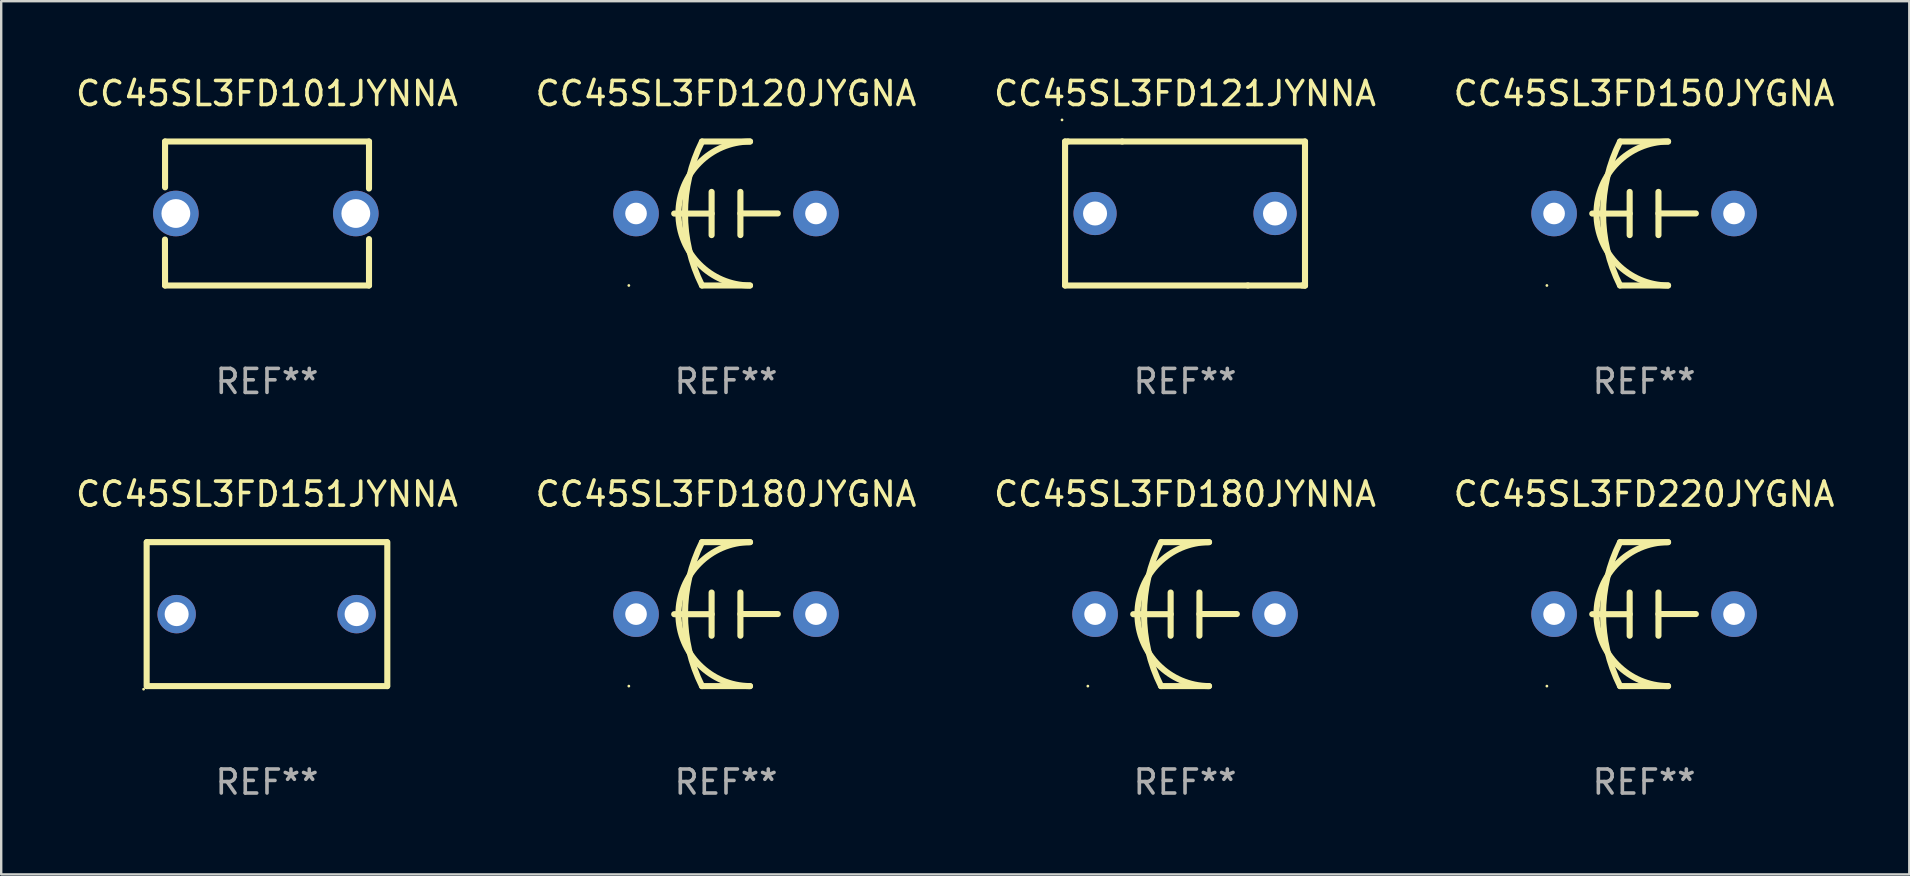
<source format=kicad_pcb>
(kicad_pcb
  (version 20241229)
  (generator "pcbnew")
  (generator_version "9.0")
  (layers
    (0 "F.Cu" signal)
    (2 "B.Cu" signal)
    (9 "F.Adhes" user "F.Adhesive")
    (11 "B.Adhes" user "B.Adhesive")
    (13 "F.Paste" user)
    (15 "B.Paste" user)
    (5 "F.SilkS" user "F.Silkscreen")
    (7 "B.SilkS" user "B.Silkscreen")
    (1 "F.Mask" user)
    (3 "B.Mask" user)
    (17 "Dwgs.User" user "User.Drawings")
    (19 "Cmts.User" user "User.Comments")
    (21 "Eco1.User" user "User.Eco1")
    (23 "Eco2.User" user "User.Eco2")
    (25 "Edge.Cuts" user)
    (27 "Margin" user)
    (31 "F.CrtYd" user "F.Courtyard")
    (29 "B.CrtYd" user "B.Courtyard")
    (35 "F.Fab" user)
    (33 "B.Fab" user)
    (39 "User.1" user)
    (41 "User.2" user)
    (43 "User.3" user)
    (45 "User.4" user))
  (footprint "CC45SL3FD151JYNNA"
    (layer "F.Cu")
    (at 8.077 22.545)
    (property "Reference" "CC45SL3FD151JYNNA" (at 0 -5 0) (layer "F.SilkS") (effects (font (size 1 1) (thickness 0.15))))
    (attr through_hole)
    (fp_line (start -5.015 3) (end -5.015 -3) (stroke (width 0.254) (type solid)) (layer "F.SilkS"))
    (fp_line (start -5.005 -3) (end 4.995 -3) (stroke (width 0.254) (type solid)) (layer "F.SilkS"))
    (fp_line (start 5.005 3) (end -4.995 3) (stroke (width 0.254) (type solid)) (layer "F.SilkS"))
    (fp_line (start 5.015 -3) (end 5.015 3) (stroke (width 0.254) (type solid)) (layer "F.SilkS"))
    (fp_circle (center -5.142 3.127) (end -5.112 3.127) (stroke (width 0.06) (type solid)) (fill no) (layer "F.SilkS"))
    (fp_text user "REF**" (at 0 7 0) (layer "F.Fab") (effects (font (size 1 1) (thickness 0.15))))
    (pad "1" thru_hole circle (at -3.765 0) (size 1.6 1.6) (drill 1) (layers "*.Cu" "*.Mask"))
    (pad "2" thru_hole circle (at 3.735 0) (size 1.6 1.6) (drill 1) (layers "*.Cu" "*.Mask")))
  (footprint "CC45SL3FD180JYNNA"
    (layer "F.Cu")
    (at 46.339 22.545)
    (property "Reference" "CC45SL3FD180JYNNA" (at 0 -5 0) (layer "F.SilkS") (effects (font (size 1 1) (thickness 0.15))))
    (attr through_hole)
    (fp_line (start -1 -3) (end 1 -3) (stroke (width 0.254) (type solid)) (layer "F.SilkS"))
    (fp_line (start -0.6 -0.9) (end -0.6 0.9) (stroke (width 0.254) (type solid)) (layer "F.SilkS"))
    (fp_line (start -0.6 0.003) (end -2.159 0.003) (stroke (width 0.254) (type solid)) (layer "F.SilkS"))
    (fp_line (start 0.6 -0.003) (end 2.159 -0.003) (stroke (width 0.254) (type solid)) (layer "F.SilkS"))
    (fp_line (start 0.6 0.9) (end 0.6 -0.9) (stroke (width 0.254) (type solid)) (layer "F.SilkS"))
    (fp_line (start 1 3) (end -1 3) (stroke (width 0.254) (type solid)) (layer "F.SilkS"))
    (fp_arc (start -1.000762 2.999746) (mid -1.708676 -0.000217) (end -1 -3) (stroke (width 0.254001) (type solid)) (layer "F.SilkS"))
    (fp_arc (start 1 3) (mid -1.999111 -0.000254) (end 1.000762 -2.999746) (stroke (width 0.254001) (type solid)) (layer "F.SilkS"))
    (fp_circle (center -4.05 3) (end -4.02 3) (stroke (width 0.06) (type solid)) (fill no) (layer "F.SilkS"))
    (fp_text user "REF**" (at 0 7 0) (layer "F.Fab") (effects (font (size 1 1) (thickness 0.15))))
    (pad "1" thru_hole circle (at -3.75 0) (size 1.9 1.9) (drill 0.9) (layers "*.Cu" "*.Mask"))
    (pad "2" thru_hole circle (at 3.75 0) (size 1.9 1.9) (drill 0.9) (layers "*.Cu" "*.Mask")))
  (footprint "CC45SL3FD120JYGNA"
    (layer "F.Cu")
    (at 27.208 5.848)
    (property "Reference" "CC45SL3FD120JYGNA" (at 0 -5 0) (layer "F.SilkS") (effects (font (size 1 1) (thickness 0.15))))
    (attr through_hole)
    (fp_line (start -1 -3) (end 1 -3) (stroke (width 0.254) (type solid)) (layer "F.SilkS"))
    (fp_line (start -0.6 -0.9) (end -0.6 0.9) (stroke (width 0.254) (type solid)) (layer "F.SilkS"))
    (fp_line (start -0.6 0.003) (end -2.159 0.003) (stroke (width 0.254) (type solid)) (layer "F.SilkS"))
    (fp_line (start 0.6 -0.003) (end 2.159 -0.003) (stroke (width 0.254) (type solid)) (layer "F.SilkS"))
    (fp_line (start 0.6 0.9) (end 0.6 -0.9) (stroke (width 0.254) (type solid)) (layer "F.SilkS"))
    (fp_line (start 1 3) (end -1 3) (stroke (width 0.254) (type solid)) (layer "F.SilkS"))
    (fp_arc (start -1.000762 2.999746) (mid -1.708676 -0.000217) (end -1 -3) (stroke (width 0.254001) (type solid)) (layer "F.SilkS"))
    (fp_arc (start 1 3) (mid -1.999111 -0.000254) (end 1.000762 -2.999746) (stroke (width 0.254001) (type solid)) (layer "F.SilkS"))
    (fp_circle (center -4.05 3) (end -4.02 3) (stroke (width 0.06) (type solid)) (fill no) (layer "F.SilkS"))
    (fp_text user "REF**" (at 0 7 0) (layer "F.Fab") (effects (font (size 1 1) (thickness 0.15))))
    (pad "1" thru_hole circle (at -3.75 0) (size 1.9 1.9) (drill 0.9) (layers "*.Cu" "*.Mask"))
    (pad "2" thru_hole circle (at 3.75 0) (size 1.9 1.9) (drill 0.9) (layers "*.Cu" "*.Mask")))
  (footprint "CC45SL3FD101JYNNA"
    (layer "F.Cu")
    (at 8.077 5.848)
    (property "Reference" "CC45SL3FD101JYNNA" (at 0 -5 0) (layer "F.SilkS") (effects (font (size 1 1) (thickness 0.15))))
    (attr through_hole)
    (fp_line (start -4.252 1.085) (end -4.248 3) (stroke (width 0.254) (type solid)) (layer "F.SilkS"))
    (fp_line (start -4.248 -3) (end -4.248 -1.091) (stroke (width 0.254) (type solid)) (layer "F.SilkS"))
    (fp_line (start -4.248 3) (end 4.252 3) (stroke (width 0.254) (type solid)) (layer "F.SilkS"))
    (fp_line (start 4.252 -3) (end -4.248 -3) (stroke (width 0.254) (type solid)) (layer "F.SilkS"))
    (fp_line (start 4.252 -1.041) (end 4.252 -3) (stroke (width 0.254) (type solid)) (layer "F.SilkS"))
    (fp_line (start 4.252 3) (end 4.252 1.067) (stroke (width 0.254) (type solid)) (layer "F.SilkS"))
    (fp_circle (center -4.298 3) (end -4.268 3) (stroke (width 0.06) (type solid)) (fill no) (layer "F.SilkS"))
    (fp_text user "REF**" (at 0 7 0) (layer "F.Fab") (effects (font (size 1 1) (thickness 0.15))))
    (pad "1" thru_hole circle (at -3.798 0) (size 1.9 1.9) (drill 1.2) (layers "*.Cu" "*.Mask"))
    (pad "2" thru_hole circle (at 3.702 0) (size 1.9 1.9) (drill 1.2) (layers "*.Cu" "*.Mask")))
  (footprint "CC45SL3FD180JYGNA"
    (layer "F.Cu")
    (at 27.208 22.545)
    (property "Reference" "CC45SL3FD180JYGNA" (at 0 -5 0) (layer "F.SilkS") (effects (font (size 1 1) (thickness 0.15))))
    (attr through_hole)
    (fp_line (start -1 -3) (end 1 -3) (stroke (width 0.254) (type solid)) (layer "F.SilkS"))
    (fp_line (start -0.6 -0.9) (end -0.6 0.9) (stroke (width 0.254) (type solid)) (layer "F.SilkS"))
    (fp_line (start -0.6 0.003) (end -2.159 0.003) (stroke (width 0.254) (type solid)) (layer "F.SilkS"))
    (fp_line (start 0.6 -0.003) (end 2.159 -0.003) (stroke (width 0.254) (type solid)) (layer "F.SilkS"))
    (fp_line (start 0.6 0.9) (end 0.6 -0.9) (stroke (width 0.254) (type solid)) (layer "F.SilkS"))
    (fp_line (start 1 3) (end -1 3) (stroke (width 0.254) (type solid)) (layer "F.SilkS"))
    (fp_arc (start -1.000762 2.999746) (mid -1.708676 -0.000217) (end -1 -3) (stroke (width 0.254001) (type solid)) (layer "F.SilkS"))
    (fp_arc (start 1 3) (mid -1.999111 -0.000254) (end 1.000762 -2.999746) (stroke (width 0.254001) (type solid)) (layer "F.SilkS"))
    (fp_circle (center -4.05 3) (end -4.02 3) (stroke (width 0.06) (type solid)) (fill no) (layer "F.SilkS"))
    (fp_text user "REF**" (at 0 7 0) (layer "F.Fab") (effects (font (size 1 1) (thickness 0.15))))
    (pad "1" thru_hole circle (at -3.75 0) (size 1.9 1.9) (drill 0.9) (layers "*.Cu" "*.Mask"))
    (pad "2" thru_hole circle (at 3.75 0) (size 1.9 1.9) (drill 0.9) (layers "*.Cu" "*.Mask")))
  (footprint "CC45SL3FD220JYGNA"
    (layer "F.Cu")
    (at 65.47 22.545)
    (property "Reference" "CC45SL3FD220JYGNA" (at 0 -5 0) (layer "F.SilkS") (effects (font (size 1 1) (thickness 0.15))))
    (attr through_hole)
    (fp_line (start -1 -3) (end 1 -3) (stroke (width 0.254) (type solid)) (layer "F.SilkS"))
    (fp_line (start -0.6 -0.9) (end -0.6 0.9) (stroke (width 0.254) (type solid)) (layer "F.SilkS"))
    (fp_line (start -0.6 0.003) (end -2.159 0.003) (stroke (width 0.254) (type solid)) (layer "F.SilkS"))
    (fp_line (start 0.6 -0.003) (end 2.159 -0.003) (stroke (width 0.254) (type solid)) (layer "F.SilkS"))
    (fp_line (start 0.6 0.9) (end 0.6 -0.9) (stroke (width 0.254) (type solid)) (layer "F.SilkS"))
    (fp_line (start 1 3) (end -1 3) (stroke (width 0.254) (type solid)) (layer "F.SilkS"))
    (fp_arc (start -1.000762 2.999746) (mid -1.708676 -0.000217) (end -1 -3) (stroke (width 0.254001) (type solid)) (layer "F.SilkS"))
    (fp_arc (start 1 3) (mid -1.999111 -0.000254) (end 1.000762 -2.999746) (stroke (width 0.254001) (type solid)) (layer "F.SilkS"))
    (fp_circle (center -4.05 3) (end -4.02 3) (stroke (width 0.06) (type solid)) (fill no) (layer "F.SilkS"))
    (fp_text user "REF**" (at 0 7 0) (layer "F.Fab") (effects (font (size 1 1) (thickness 0.15))))
    (pad "1" thru_hole circle (at -3.75 0) (size 1.9 1.9) (drill 0.9) (layers "*.Cu" "*.Mask"))
    (pad "2" thru_hole circle (at 3.75 0) (size 1.9 1.9) (drill 0.9) (layers "*.Cu" "*.Mask")))
  (footprint "CC45SL3FD121JYNNA"
    (layer "F.Cu")
    (at 46.339 5.848)
    (property "Reference" "CC45SL3FD121JYNNA" (at 0 -5 0) (layer "F.SilkS") (effects (font (size 1 1) (thickness 0.15))))
    (attr through_hole)
    (fp_line (start -5 -3) (end -5 3) (stroke (width 0.254) (type solid)) (layer "F.SilkS"))
    (fp_line (start -5 -3) (end -4.881 -3) (stroke (width 0.254) (type solid)) (layer "F.SilkS"))
    (fp_line (start -5 3) (end 2.619 3) (stroke (width 0.254) (type solid)) (layer "F.SilkS"))
    (fp_line (start -4.881 -3) (end -2.619 -3) (stroke (width 0.254) (type solid)) (layer "F.SilkS"))
    (fp_line (start -2.619 -3) (end 5 -3) (stroke (width 0.254) (type solid)) (layer "F.SilkS"))
    (fp_line (start 2.619 3) (end 5 3) (stroke (width 0.254) (type solid)) (layer "F.SilkS"))
    (fp_line (start 4.881 3) (end 5 3) (stroke (width 0.254) (type solid)) (layer "F.SilkS"))
    (fp_line (start 5 -3) (end 5 3) (stroke (width 0.254) (type solid)) (layer "F.SilkS"))
    (fp_circle (center -5.127 -3.9) (end -5.097 -3.9) (stroke (width 0.06) (type solid)) (fill no) (layer "F.SilkS"))
    (fp_text user "REF**" (at 0 7 0) (layer "F.Fab") (effects (font (size 1 1) (thickness 0.15))))
    (pad "1" thru_hole circle (at -3.75 0) (size 1.8 1.8) (drill 1) (layers "*.Cu" "*.Mask"))
    (pad "2" thru_hole circle (at 3.75 0) (size 1.8 1.8) (drill 1) (layers "*.Cu" "*.Mask")))
  (footprint "CC45SL3FD150JYGNA"
    (layer "F.Cu")
    (at 65.47 5.848)
    (property "Reference" "CC45SL3FD150JYGNA" (at 0 -5 0) (layer "F.SilkS") (effects (font (size 1 1) (thickness 0.15))))
    (attr through_hole)
    (fp_line (start -1 -3) (end 1 -3) (stroke (width 0.254) (type solid)) (layer "F.SilkS"))
    (fp_line (start -0.6 -0.9) (end -0.6 0.9) (stroke (width 0.254) (type solid)) (layer "F.SilkS"))
    (fp_line (start -0.6 0.003) (end -2.159 0.003) (stroke (width 0.254) (type solid)) (layer "F.SilkS"))
    (fp_line (start 0.6 -0.003) (end 2.159 -0.003) (stroke (width 0.254) (type solid)) (layer "F.SilkS"))
    (fp_line (start 0.6 0.9) (end 0.6 -0.9) (stroke (width 0.254) (type solid)) (layer "F.SilkS"))
    (fp_line (start 1 3) (end -1 3) (stroke (width 0.254) (type solid)) (layer "F.SilkS"))
    (fp_arc (start -1.000762 2.999746) (mid -1.708676 -0.000217) (end -1 -3) (stroke (width 0.254001) (type solid)) (layer "F.SilkS"))
    (fp_arc (start 1 3) (mid -1.999111 -0.000254) (end 1.000762 -2.999746) (stroke (width 0.254001) (type solid)) (layer "F.SilkS"))
    (fp_circle (center -4.05 3) (end -4.02 3) (stroke (width 0.06) (type solid)) (fill no) (layer "F.SilkS"))
    (fp_text user "REF**" (at 0 7 0) (layer "F.Fab") (effects (font (size 1 1) (thickness 0.15))))
    (pad "1" thru_hole circle (at -3.75 0) (size 1.9 1.9) (drill 0.9) (layers "*.Cu" "*.Mask"))
    (pad "2" thru_hole circle (at 3.75 0) (size 1.9 1.9) (drill 0.9) (layers "*.Cu" "*.Mask")))
  (gr_rect
    (start -3 -3)
    (end 76.524 33.393)
    (stroke (width 0.1) (type default))
    (fill no)
    (layer "Edge.Cuts")))
</source>
